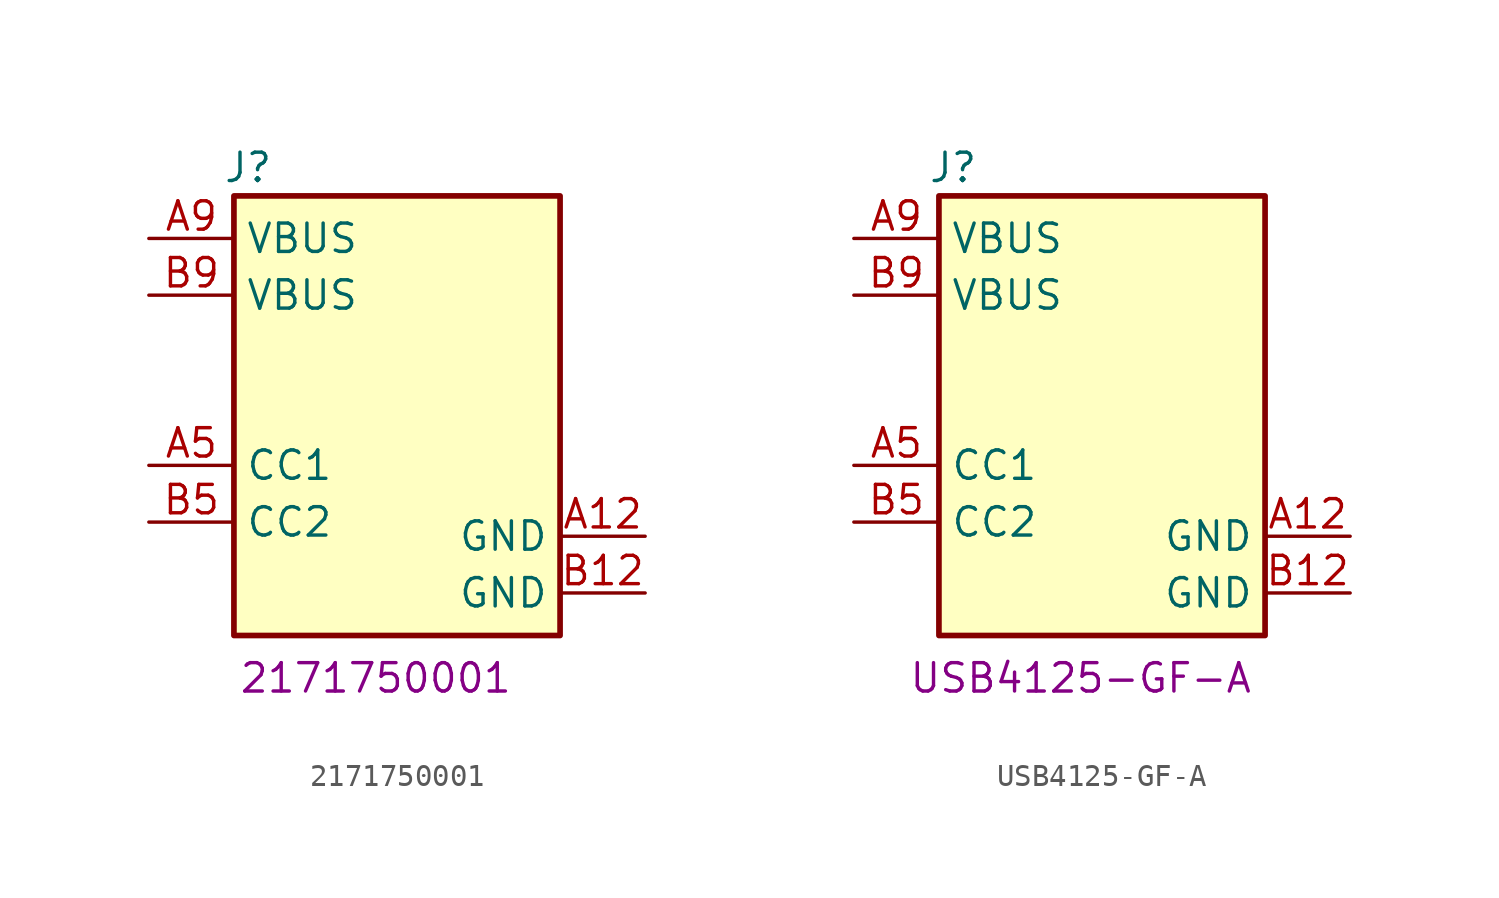
<source format=kicad_sym>
(kicad_symbol_lib
  (version 20220914)
  (generator kicad_symbol_editor)
  (symbol "2171750001"
    (property "Reference" "J"
      (at 0.635 0 0)
      (effects (font (size 1.27 1.27))))
    (property "Part number" "2171750001"
      (at 6.35 -22.86 0)
      (effects (font (size 1.27 1.27))))
    (symbol "2171750001_1_1"
      (rectangle (start 0 -1.27) (end 14.605 -20.955) (stroke (width 0.254) (type default)) (fill (type background)))
      (pin power_in line (at 18.415 -16.51 180) (length 3.81) (name "GND" (effects (font (size 1.27 1.27)))) (number "A12" (effects (font (size 1.27 1.27)))))
      (pin output line (at -3.81 -13.335 0) (length 3.81) (name "CC1" (effects (font (size 1.27 1.27)))) (number "A5" (effects (font (size 1.27 1.27)))))
      (pin power_out line (at -3.81 -3.175 0) (length 3.81) (name "VBUS" (effects (font (size 1.27 1.27)))) (number "A9" (effects (font (size 1.27 1.27)))))
      (pin power_in line (at 18.415 -19.05 180) (length 3.81) (name "GND" (effects (font (size 1.27 1.27)))) (number "B12" (effects (font (size 1.27 1.27)))))
      (pin output line (at -3.81 -15.875 0) (length 3.81) (name "CC2" (effects (font (size 1.27 1.27)))) (number "B5" (effects (font (size 1.27 1.27)))))
      (pin power_out line (at -3.81 -5.715 0) (length 3.81) (name "VBUS" (effects (font (size 1.27 1.27)))) (number "B9" (effects (font (size 1.27 1.27)))))))
  (symbol "USB4125-GF-A"
    (property "Reference" "J"
      (at 0.635 0 0)
      (effects (font (size 1.27 1.27))))
    (property "Part number" "USB4125-GF-A"
      (at 6.35 -22.86 0)
      (effects (font (size 1.27 1.27))))
    (symbol "USB4125-GF-A_1_1"
      (rectangle (start 0 -1.27) (end 14.605 -20.955) (stroke (width 0.254) (type default)) (fill (type background)))
      (pin power_in line (at 18.415 -16.51 180) (length 3.81) (name "GND" (effects (font (size 1.27 1.27)))) (number "A12" (effects (font (size 1.27 1.27)))))
      (pin output line (at -3.81 -13.335 0) (length 3.81) (name "CC1" (effects (font (size 1.27 1.27)))) (number "A5" (effects (font (size 1.27 1.27)))))
      (pin power_out line (at -3.81 -3.175 0) (length 3.81) (name "VBUS" (effects (font (size 1.27 1.27)))) (number "A9" (effects (font (size 1.27 1.27)))))
      (pin power_in line (at 18.415 -19.05 180) (length 3.81) (name "GND" (effects (font (size 1.27 1.27)))) (number "B12" (effects (font (size 1.27 1.27)))))
      (pin output line (at -3.81 -15.875 0) (length 3.81) (name "CC2" (effects (font (size 1.27 1.27)))) (number "B5" (effects (font (size 1.27 1.27)))))
      (pin power_out line (at -3.81 -5.715 0) (length 3.81) (name "VBUS" (effects (font (size 1.27 1.27)))) (number "B9" (effects (font (size 1.27 1.27))))))))
</source>
